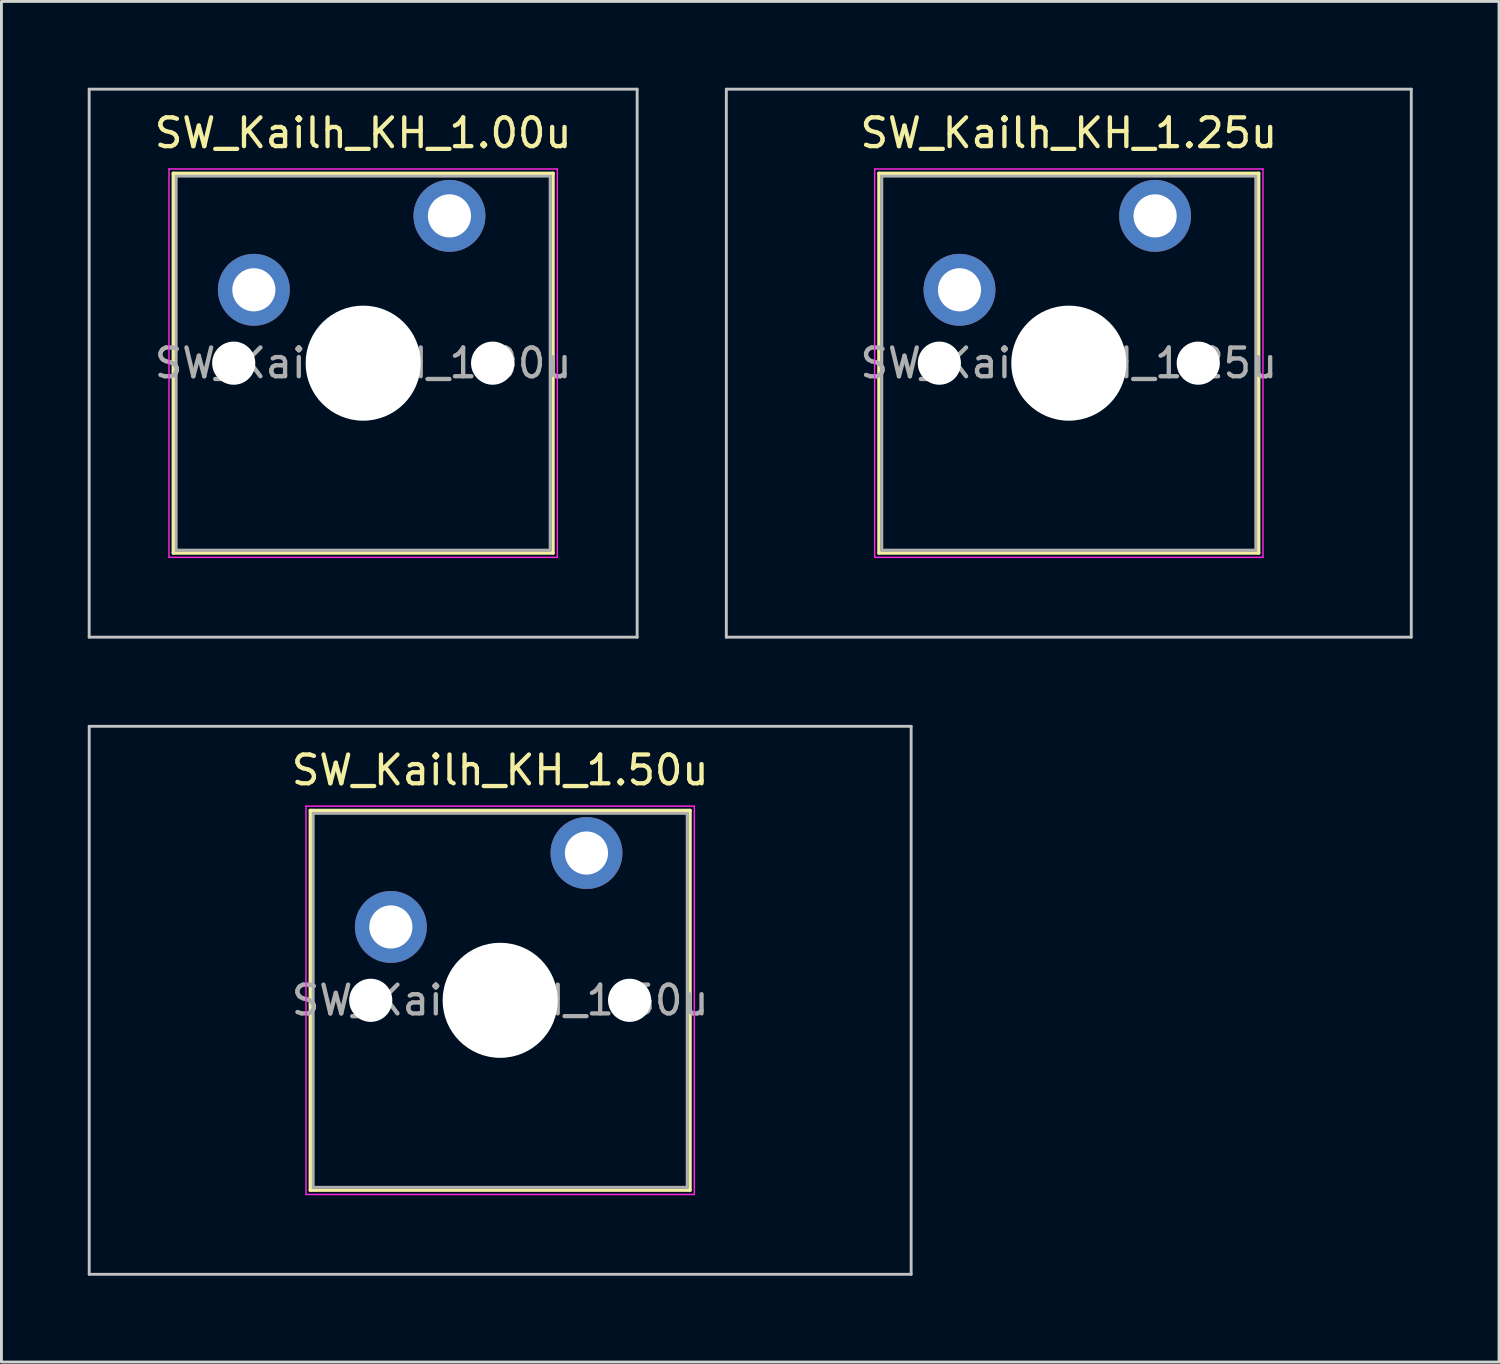
<source format=kicad_pcb>
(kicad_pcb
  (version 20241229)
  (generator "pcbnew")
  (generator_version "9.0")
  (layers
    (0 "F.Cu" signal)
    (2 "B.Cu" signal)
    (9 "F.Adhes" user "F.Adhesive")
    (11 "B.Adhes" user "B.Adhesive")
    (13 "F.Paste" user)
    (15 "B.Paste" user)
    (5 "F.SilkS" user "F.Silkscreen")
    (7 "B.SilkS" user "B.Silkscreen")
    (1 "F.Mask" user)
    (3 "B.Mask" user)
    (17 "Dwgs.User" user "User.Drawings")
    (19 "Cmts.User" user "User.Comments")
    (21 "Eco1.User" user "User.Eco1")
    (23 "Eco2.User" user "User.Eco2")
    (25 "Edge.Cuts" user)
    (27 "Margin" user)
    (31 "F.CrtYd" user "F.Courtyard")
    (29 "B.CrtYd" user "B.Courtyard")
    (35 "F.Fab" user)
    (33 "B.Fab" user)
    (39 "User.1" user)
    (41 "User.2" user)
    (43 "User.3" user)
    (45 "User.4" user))
  (footprint "SW_Kailh_KH_1.25u"
    (layer "F.Cu")
    (at 34.106 9.575)
    (property "Reference" "SW_Kailh_KH_1.25u" (at 0 -8 0) (layer "F.SilkS") (effects (font (size 1 1) (thickness 0.15))))
    (attr through_hole)
    (fp_line (start -6.6 -6.6) (end -6.6 6.6) (stroke (width 0.12) (type solid)) (layer "F.SilkS"))
    (fp_line (start -6.6 6.6) (end 6.6 6.6) (stroke (width 0.12) (type solid)) (layer "F.SilkS"))
    (fp_line (start 6.6 -6.6) (end -6.6 -6.6) (stroke (width 0.12) (type solid)) (layer "F.SilkS"))
    (fp_line (start 6.6 6.6) (end 6.6 -6.6) (stroke (width 0.12) (type solid)) (layer "F.SilkS"))
    (fp_line (start -11.906 -9.525) (end -11.906 9.525) (stroke (width 0.1) (type solid)) (layer "Dwgs.User"))
    (fp_line (start -11.906 9.525) (end 11.906 9.525) (stroke (width 0.1) (type solid)) (layer "Dwgs.User"))
    (fp_line (start 11.906 -9.525) (end -11.906 -9.525) (stroke (width 0.1) (type solid)) (layer "Dwgs.User"))
    (fp_line (start 11.906 9.525) (end 11.906 -9.525) (stroke (width 0.1) (type solid)) (layer "Dwgs.User"))
    (fp_line (start -6.1 -6.1) (end -6.1 6.1) (stroke (width 0.1) (type solid)) (layer "Eco1.User"))
    (fp_line (start -6.1 6.1) (end 6.1 6.1) (stroke (width 0.1) (type solid)) (layer "Eco1.User"))
    (fp_line (start 6.1 -6.1) (end -6.1 -6.1) (stroke (width 0.1) (type solid)) (layer "Eco1.User"))
    (fp_line (start 6.1 6.1) (end 6.1 -6.1) (stroke (width 0.1) (type solid)) (layer "Eco1.User"))
    (fp_line (start -6.75 -6.75) (end -6.75 6.75) (stroke (width 0.05) (type solid)) (layer "F.CrtYd"))
    (fp_line (start -6.75 6.75) (end 6.75 6.75) (stroke (width 0.05) (type solid)) (layer "F.CrtYd"))
    (fp_line (start 6.75 -6.75) (end -6.75 -6.75) (stroke (width 0.05) (type solid)) (layer "F.CrtYd"))
    (fp_line (start 6.75 6.75) (end 6.75 -6.75) (stroke (width 0.05) (type solid)) (layer "F.CrtYd"))
    (fp_line (start -6.5 -6.5) (end -6.5 6.5) (stroke (width 0.1) (type solid)) (layer "F.Fab"))
    (fp_line (start -6.5 6.5) (end 6.5 6.5) (stroke (width 0.1) (type solid)) (layer "F.Fab"))
    (fp_line (start 6.5 -6.5) (end -6.5 -6.5) (stroke (width 0.1) (type solid)) (layer "F.Fab"))
    (fp_line (start 6.5 6.5) (end 6.5 -6.5) (stroke (width 0.1) (type solid)) (layer "F.Fab"))
    (fp_text user "${REFERENCE}" (at 0 0 0) (layer "F.Fab") (effects (font (size 1 1) (thickness 0.15))))
    (pad "" np_thru_hole circle (at -4.5 0) (size 1.5 1.5) (drill 1.5) (layers "*.Cu" "*.Mask"))
    (pad "" smd circle (at -3.8 -2.55) (size 1.55 1.55) (layers "F.Mask"))
    (pad "" np_thru_hole circle (at 0 0) (size 4 4) (drill 4) (layers "*.Cu" "*.Mask"))
    (pad "" smd circle (at 3 -5.12) (size 1.55 1.55) (layers "F.Mask"))
    (pad "" np_thru_hole circle (at 4.5 0) (size 1.5 1.5) (drill 1.5) (layers "*.Cu" "*.Mask"))
    (pad "1" thru_hole circle (at -3.8 -2.55) (size 2.5 2.5) (drill 1.5) (layers "*.Cu" "B.Mask"))
    (pad "2" thru_hole circle (at 3 -5.12) (size 2.5 2.5) (drill 1.5) (layers "*.Cu" "B.Mask")))
  (footprint "SW_Kailh_KH_1.50u"
    (layer "F.Cu")
    (at 14.338 31.725)
    (property "Reference" "SW_Kailh_KH_1.50u" (at 0 -8 0) (layer "F.SilkS") (effects (font (size 1 1) (thickness 0.15))))
    (attr through_hole)
    (fp_line (start -6.6 -6.6) (end -6.6 6.6) (stroke (width 0.12) (type solid)) (layer "F.SilkS"))
    (fp_line (start -6.6 6.6) (end 6.6 6.6) (stroke (width 0.12) (type solid)) (layer "F.SilkS"))
    (fp_line (start 6.6 -6.6) (end -6.6 -6.6) (stroke (width 0.12) (type solid)) (layer "F.SilkS"))
    (fp_line (start 6.6 6.6) (end 6.6 -6.6) (stroke (width 0.12) (type solid)) (layer "F.SilkS"))
    (fp_line (start -14.287 -9.525) (end -14.287 9.525) (stroke (width 0.1) (type solid)) (layer "Dwgs.User"))
    (fp_line (start -14.287 9.525) (end 14.287 9.525) (stroke (width 0.1) (type solid)) (layer "Dwgs.User"))
    (fp_line (start 14.287 -9.525) (end -14.287 -9.525) (stroke (width 0.1) (type solid)) (layer "Dwgs.User"))
    (fp_line (start 14.287 9.525) (end 14.287 -9.525) (stroke (width 0.1) (type solid)) (layer "Dwgs.User"))
    (fp_line (start -6.1 -6.1) (end -6.1 6.1) (stroke (width 0.1) (type solid)) (layer "Eco1.User"))
    (fp_line (start -6.1 6.1) (end 6.1 6.1) (stroke (width 0.1) (type solid)) (layer "Eco1.User"))
    (fp_line (start 6.1 -6.1) (end -6.1 -6.1) (stroke (width 0.1) (type solid)) (layer "Eco1.User"))
    (fp_line (start 6.1 6.1) (end 6.1 -6.1) (stroke (width 0.1) (type solid)) (layer "Eco1.User"))
    (fp_line (start -6.75 -6.75) (end -6.75 6.75) (stroke (width 0.05) (type solid)) (layer "F.CrtYd"))
    (fp_line (start -6.75 6.75) (end 6.75 6.75) (stroke (width 0.05) (type solid)) (layer "F.CrtYd"))
    (fp_line (start 6.75 -6.75) (end -6.75 -6.75) (stroke (width 0.05) (type solid)) (layer "F.CrtYd"))
    (fp_line (start 6.75 6.75) (end 6.75 -6.75) (stroke (width 0.05) (type solid)) (layer "F.CrtYd"))
    (fp_line (start -6.5 -6.5) (end -6.5 6.5) (stroke (width 0.1) (type solid)) (layer "F.Fab"))
    (fp_line (start -6.5 6.5) (end 6.5 6.5) (stroke (width 0.1) (type solid)) (layer "F.Fab"))
    (fp_line (start 6.5 -6.5) (end -6.5 -6.5) (stroke (width 0.1) (type solid)) (layer "F.Fab"))
    (fp_line (start 6.5 6.5) (end 6.5 -6.5) (stroke (width 0.1) (type solid)) (layer "F.Fab"))
    (fp_text user "${REFERENCE}" (at 0 0 0) (layer "F.Fab") (effects (font (size 1 1) (thickness 0.15))))
    (pad "" np_thru_hole circle (at -4.5 0) (size 1.5 1.5) (drill 1.5) (layers "*.Cu" "*.Mask"))
    (pad "" smd circle (at -3.8 -2.55) (size 1.55 1.55) (layers "F.Mask"))
    (pad "" np_thru_hole circle (at 0 0) (size 4 4) (drill 4) (layers "*.Cu" "*.Mask"))
    (pad "" smd circle (at 3 -5.12) (size 1.55 1.55) (layers "F.Mask"))
    (pad "" np_thru_hole circle (at 4.5 0) (size 1.5 1.5) (drill 1.5) (layers "*.Cu" "*.Mask"))
    (pad "1" thru_hole circle (at -3.8 -2.55) (size 2.5 2.5) (drill 1.5) (layers "*.Cu" "B.Mask"))
    (pad "2" thru_hole circle (at 3 -5.12) (size 2.5 2.5) (drill 1.5) (layers "*.Cu" "B.Mask")))
  (footprint "SW_Kailh_KH_1.00u"
    (layer "F.Cu")
    (at 9.575 9.575)
    (property "Reference" "SW_Kailh_KH_1.00u" (at 0 -8 0) (layer "F.SilkS") (effects (font (size 1 1) (thickness 0.15))))
    (attr through_hole)
    (fp_line (start -6.6 -6.6) (end -6.6 6.6) (stroke (width 0.12) (type solid)) (layer "F.SilkS"))
    (fp_line (start -6.6 6.6) (end 6.6 6.6) (stroke (width 0.12) (type solid)) (layer "F.SilkS"))
    (fp_line (start 6.6 -6.6) (end -6.6 -6.6) (stroke (width 0.12) (type solid)) (layer "F.SilkS"))
    (fp_line (start 6.6 6.6) (end 6.6 -6.6) (stroke (width 0.12) (type solid)) (layer "F.SilkS"))
    (fp_line (start -9.525 -9.525) (end -9.525 9.525) (stroke (width 0.1) (type solid)) (layer "Dwgs.User"))
    (fp_line (start -9.525 9.525) (end 9.525 9.525) (stroke (width 0.1) (type solid)) (layer "Dwgs.User"))
    (fp_line (start 9.525 -9.525) (end -9.525 -9.525) (stroke (width 0.1) (type solid)) (layer "Dwgs.User"))
    (fp_line (start 9.525 9.525) (end 9.525 -9.525) (stroke (width 0.1) (type solid)) (layer "Dwgs.User"))
    (fp_line (start -6.1 -6.1) (end -6.1 6.1) (stroke (width 0.1) (type solid)) (layer "Eco1.User"))
    (fp_line (start -6.1 6.1) (end 6.1 6.1) (stroke (width 0.1) (type solid)) (layer "Eco1.User"))
    (fp_line (start 6.1 -6.1) (end -6.1 -6.1) (stroke (width 0.1) (type solid)) (layer "Eco1.User"))
    (fp_line (start 6.1 6.1) (end 6.1 -6.1) (stroke (width 0.1) (type solid)) (layer "Eco1.User"))
    (fp_line (start -6.75 -6.75) (end -6.75 6.75) (stroke (width 0.05) (type solid)) (layer "F.CrtYd"))
    (fp_line (start -6.75 6.75) (end 6.75 6.75) (stroke (width 0.05) (type solid)) (layer "F.CrtYd"))
    (fp_line (start 6.75 -6.75) (end -6.75 -6.75) (stroke (width 0.05) (type solid)) (layer "F.CrtYd"))
    (fp_line (start 6.75 6.75) (end 6.75 -6.75) (stroke (width 0.05) (type solid)) (layer "F.CrtYd"))
    (fp_line (start -6.5 -6.5) (end -6.5 6.5) (stroke (width 0.1) (type solid)) (layer "F.Fab"))
    (fp_line (start -6.5 6.5) (end 6.5 6.5) (stroke (width 0.1) (type solid)) (layer "F.Fab"))
    (fp_line (start 6.5 -6.5) (end -6.5 -6.5) (stroke (width 0.1) (type solid)) (layer "F.Fab"))
    (fp_line (start 6.5 6.5) (end 6.5 -6.5) (stroke (width 0.1) (type solid)) (layer "F.Fab"))
    (fp_text user "${REFERENCE}" (at 0 0 0) (layer "F.Fab") (effects (font (size 1 1) (thickness 0.15))))
    (pad "" np_thru_hole circle (at -4.5 0) (size 1.5 1.5) (drill 1.5) (layers "*.Cu" "*.Mask"))
    (pad "" smd circle (at -3.8 -2.55) (size 1.55 1.55) (layers "F.Mask"))
    (pad "" np_thru_hole circle (at 0 0) (size 4 4) (drill 4) (layers "*.Cu" "*.Mask"))
    (pad "" smd circle (at 3 -5.12) (size 1.55 1.55) (layers "F.Mask"))
    (pad "" np_thru_hole circle (at 4.5 0) (size 1.5 1.5) (drill 1.5) (layers "*.Cu" "*.Mask"))
    (pad "1" thru_hole circle (at -3.8 -2.55) (size 2.5 2.5) (drill 1.5) (layers "*.Cu" "B.Mask"))
    (pad "2" thru_hole circle (at 3 -5.12) (size 2.5 2.5) (drill 1.5) (layers "*.Cu" "B.Mask")))
  (gr_rect
    (start -3 -3)
    (end 49.062 44.3)
    (stroke (width 0.1) (type default))
    (fill no)
    (layer "Edge.Cuts")))
</source>
